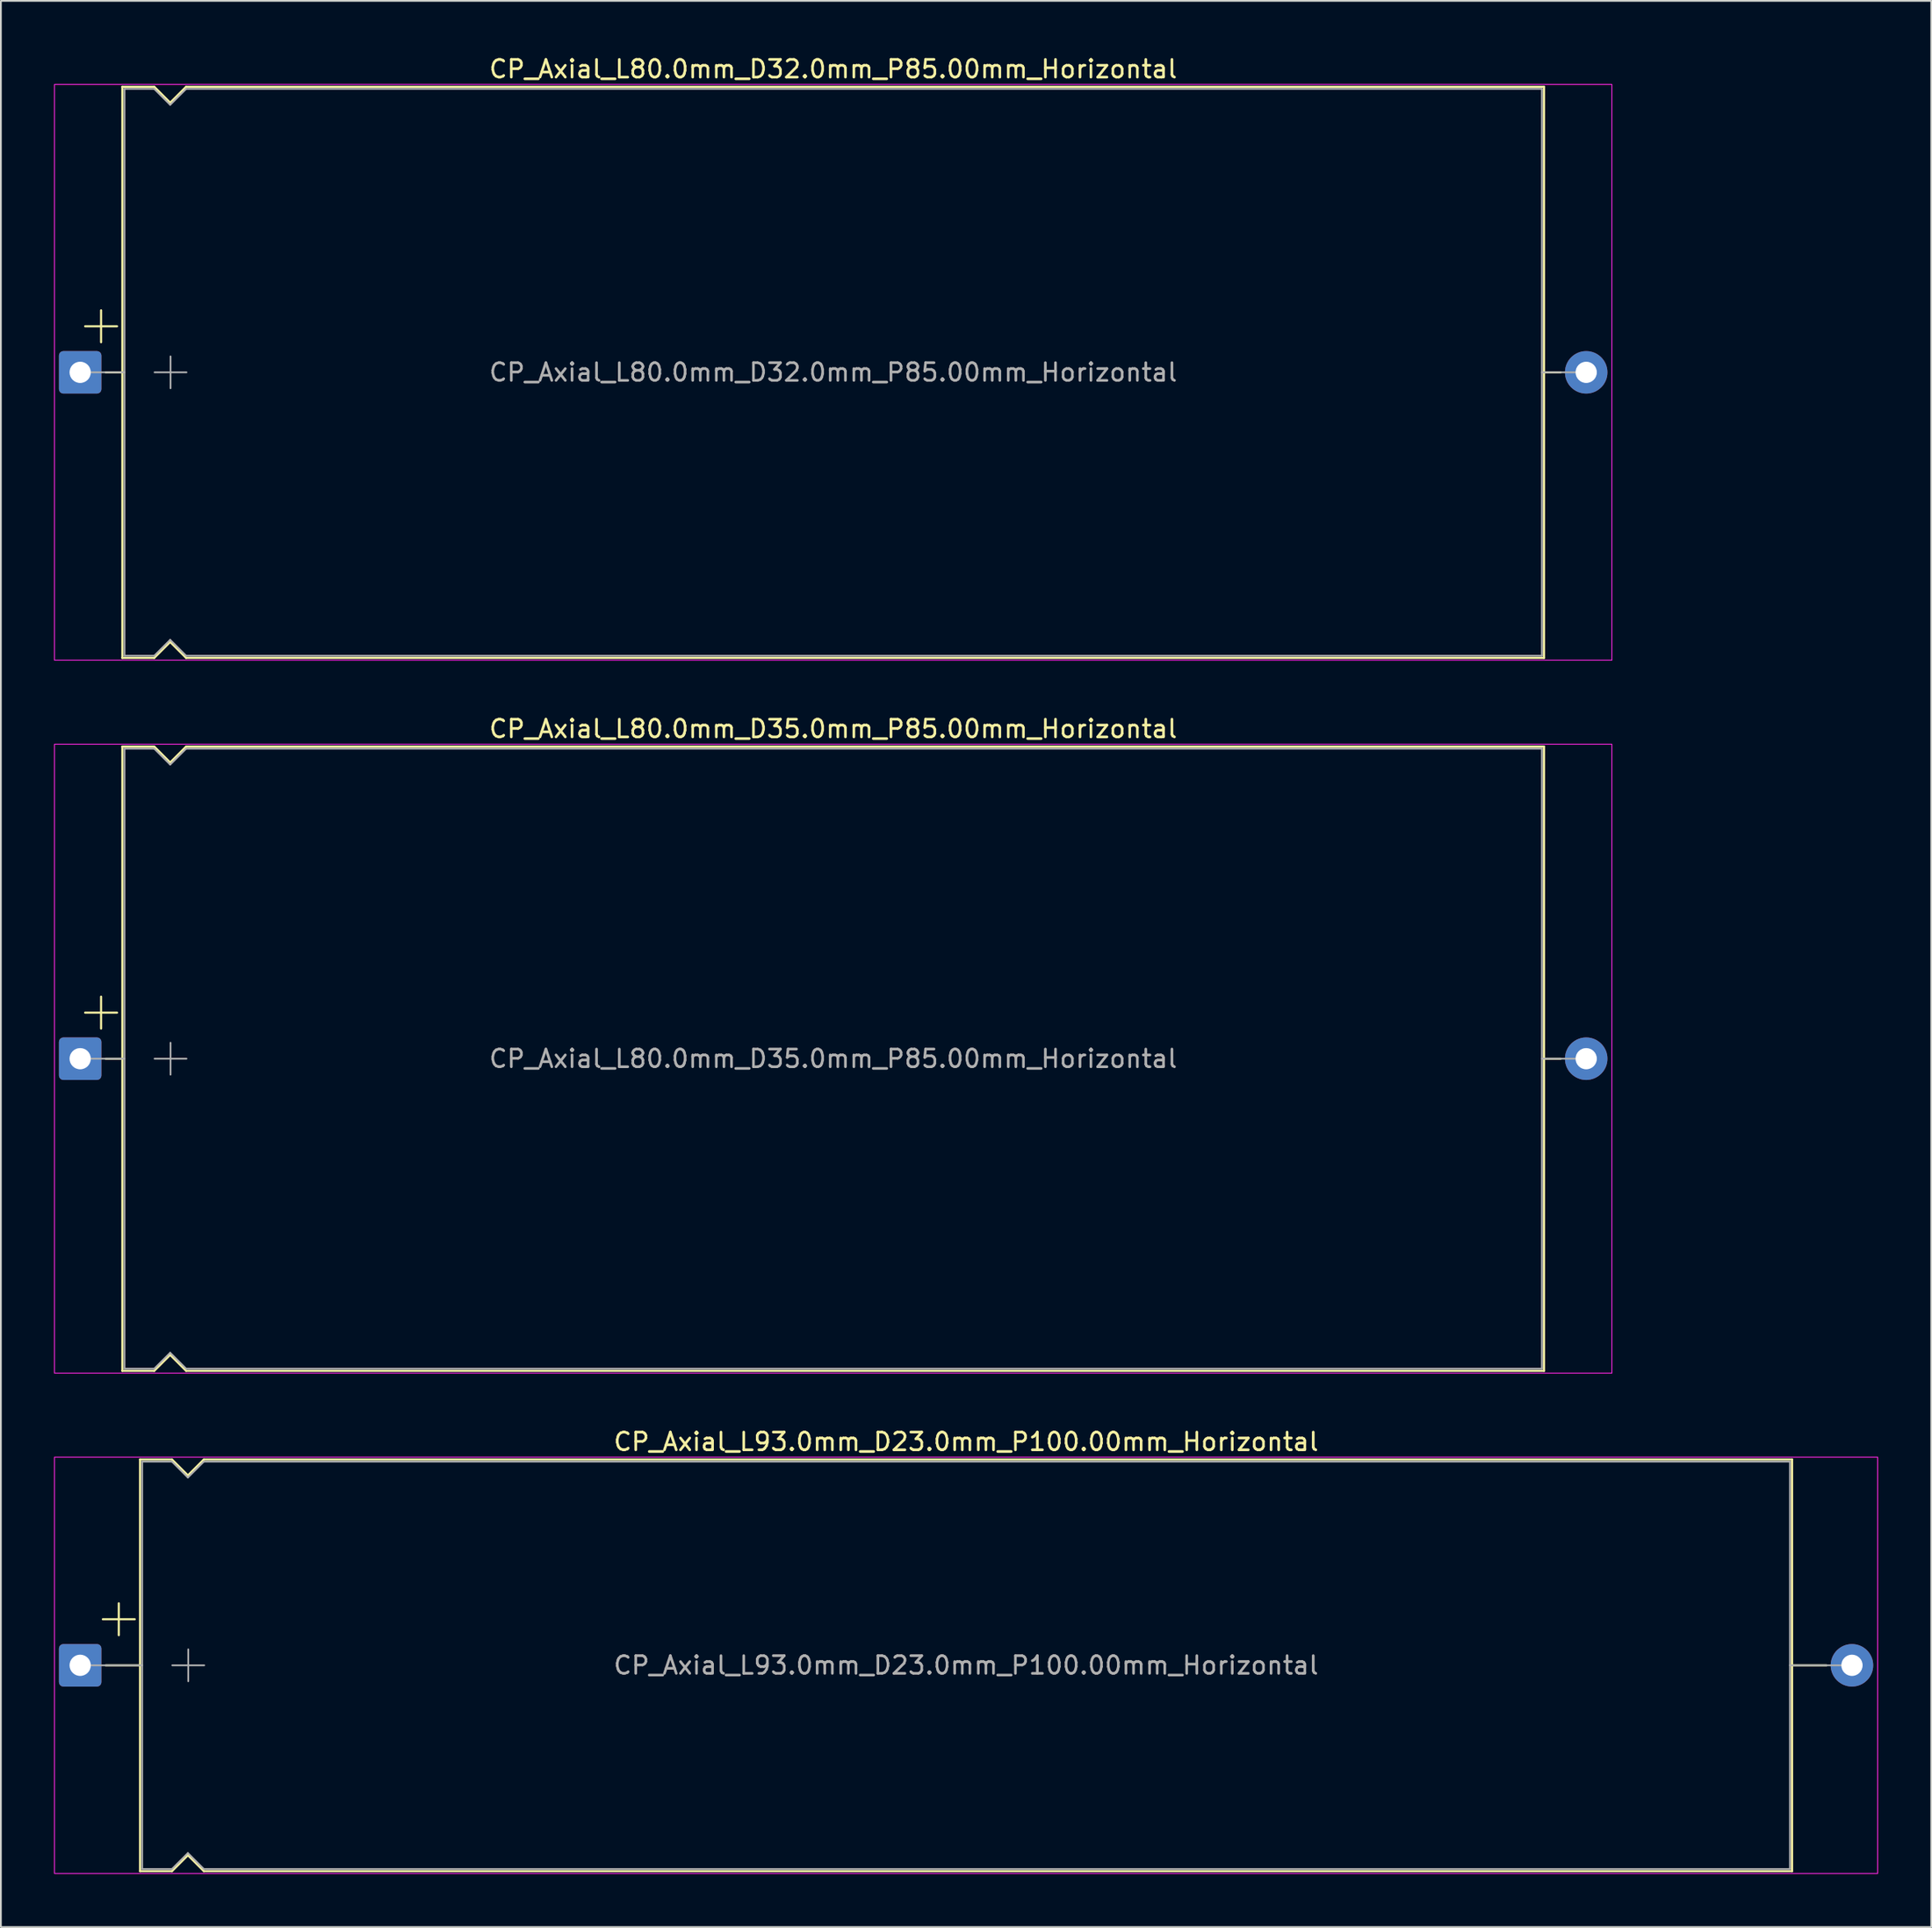
<source format=kicad_pcb>
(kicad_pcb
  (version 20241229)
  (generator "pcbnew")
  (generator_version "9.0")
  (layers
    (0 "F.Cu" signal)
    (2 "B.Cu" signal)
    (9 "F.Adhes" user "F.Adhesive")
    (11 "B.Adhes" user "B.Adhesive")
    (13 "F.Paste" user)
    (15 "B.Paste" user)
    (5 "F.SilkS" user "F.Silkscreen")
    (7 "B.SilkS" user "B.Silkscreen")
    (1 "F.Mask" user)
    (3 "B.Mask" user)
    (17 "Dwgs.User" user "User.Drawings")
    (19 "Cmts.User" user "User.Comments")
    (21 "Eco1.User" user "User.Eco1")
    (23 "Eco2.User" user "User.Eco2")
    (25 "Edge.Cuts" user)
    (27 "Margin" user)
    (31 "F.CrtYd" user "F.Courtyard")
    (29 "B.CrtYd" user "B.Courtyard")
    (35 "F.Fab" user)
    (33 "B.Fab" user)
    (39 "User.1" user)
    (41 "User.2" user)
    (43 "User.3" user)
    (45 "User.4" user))
  (footprint "CP_Axial_L80.0mm_D32.0mm_P85.00mm_Horizontal"
    (layer "F.Cu")
    (at 1.475 17.968)
    (property "Reference" "CP_Axial_L80.0mm_D32.0mm_P85.00mm_Horizontal" (at 42.5 -17.12 0) (layer "F.SilkS") (effects (font (size 1 1) (thickness 0.15))))
    (attr through_hole)
    (fp_line (start 0.28 -2.6) (end 2.08 -2.6) (stroke (width 0.12) (type solid)) (layer "F.SilkS"))
    (fp_line (start 1.18 -3.5) (end 1.18 -1.7) (stroke (width 0.12) (type solid)) (layer "F.SilkS"))
    (fp_line (start 1.44 0) (end 2.38 0) (stroke (width 0.12) (type solid)) (layer "F.SilkS"))
    (fp_line (start 2.38 -16.12) (end 2.38 16.12) (stroke (width 0.12) (type solid)) (layer "F.SilkS"))
    (fp_line (start 2.38 -16.12) (end 4.18 -16.12) (stroke (width 0.12) (type solid)) (layer "F.SilkS"))
    (fp_line (start 2.38 16.12) (end 4.18 16.12) (stroke (width 0.12) (type solid)) (layer "F.SilkS"))
    (fp_line (start 4.18 -16.12) (end 5.08 -15.22) (stroke (width 0.12) (type solid)) (layer "F.SilkS"))
    (fp_line (start 4.18 16.12) (end 5.08 15.22) (stroke (width 0.12) (type solid)) (layer "F.SilkS"))
    (fp_line (start 5.08 -15.22) (end 5.98 -16.12) (stroke (width 0.12) (type solid)) (layer "F.SilkS"))
    (fp_line (start 5.08 15.22) (end 5.98 16.12) (stroke (width 0.12) (type solid)) (layer "F.SilkS"))
    (fp_line (start 5.98 -16.12) (end 82.62 -16.12) (stroke (width 0.12) (type solid)) (layer "F.SilkS"))
    (fp_line (start 5.98 16.12) (end 82.62 16.12) (stroke (width 0.12) (type solid)) (layer "F.SilkS"))
    (fp_line (start 82.62 -16.12) (end 82.62 16.12) (stroke (width 0.12) (type solid)) (layer "F.SilkS"))
    (fp_line (start 83.56 0) (end 82.62 0) (stroke (width 0.12) (type solid)) (layer "F.SilkS"))
    (fp_rect (start -1.45 -16.25) (end 86.45 16.25) (stroke (width 0.05) (type solid)) (fill no) (layer "F.CrtYd"))
    (fp_line (start 0 0) (end 2.5 0) (stroke (width 0.1) (type solid)) (layer "F.Fab"))
    (fp_line (start 2.5 -16) (end 2.5 16) (stroke (width 0.1) (type solid)) (layer "F.Fab"))
    (fp_line (start 2.5 -16) (end 4.18 -16) (stroke (width 0.1) (type solid)) (layer "F.Fab"))
    (fp_line (start 2.5 16) (end 4.18 16) (stroke (width 0.1) (type solid)) (layer "F.Fab"))
    (fp_line (start 4.18 -16) (end 5.08 -15.1) (stroke (width 0.1) (type solid)) (layer "F.Fab"))
    (fp_line (start 4.18 16) (end 5.08 15.1) (stroke (width 0.1) (type solid)) (layer "F.Fab"))
    (fp_line (start 4.2 0) (end 6 0) (stroke (width 0.1) (type solid)) (layer "F.Fab"))
    (fp_line (start 5.08 -15.1) (end 5.98 -16) (stroke (width 0.1) (type solid)) (layer "F.Fab"))
    (fp_line (start 5.08 15.1) (end 5.98 16) (stroke (width 0.1) (type solid)) (layer "F.Fab"))
    (fp_line (start 5.1 -0.9) (end 5.1 0.9) (stroke (width 0.1) (type solid)) (layer "F.Fab"))
    (fp_line (start 5.98 -16) (end 82.5 -16) (stroke (width 0.1) (type solid)) (layer "F.Fab"))
    (fp_line (start 5.98 16) (end 82.5 16) (stroke (width 0.1) (type solid)) (layer "F.Fab"))
    (fp_line (start 82.5 -16) (end 82.5 16) (stroke (width 0.1) (type solid)) (layer "F.Fab"))
    (fp_line (start 85 0) (end 82.5 0) (stroke (width 0.1) (type solid)) (layer "F.Fab"))
    (fp_text user "${REFERENCE}" (at 42.5 0 0) (layer "F.Fab") (effects (font (size 1 1) (thickness 0.15))))
    (pad "1" thru_hole roundrect (at 0 0) (size 2.4 2.4) (drill 1.2) (layers "*.Cu" "*.Mask") (roundrect_rratio 0.104))
    (pad "2" thru_hole circle (at 85 0) (size 2.4 2.4) (drill 1.2) (layers "*.Cu" "*.Mask")))
  (footprint "CP_Axial_L80.0mm_D35.0mm_P85.00mm_Horizontal"
    (layer "F.Cu")
    (at 1.475 56.712)
    (property "Reference" "CP_Axial_L80.0mm_D35.0mm_P85.00mm_Horizontal" (at 42.5 -18.62 0) (layer "F.SilkS") (effects (font (size 1 1) (thickness 0.15))))
    (attr through_hole)
    (fp_line (start 0.28 -2.6) (end 2.08 -2.6) (stroke (width 0.12) (type solid)) (layer "F.SilkS"))
    (fp_line (start 1.18 -3.5) (end 1.18 -1.7) (stroke (width 0.12) (type solid)) (layer "F.SilkS"))
    (fp_line (start 1.44 0) (end 2.38 0) (stroke (width 0.12) (type solid)) (layer "F.SilkS"))
    (fp_line (start 2.38 -17.62) (end 2.38 17.62) (stroke (width 0.12) (type solid)) (layer "F.SilkS"))
    (fp_line (start 2.38 -17.62) (end 4.18 -17.62) (stroke (width 0.12) (type solid)) (layer "F.SilkS"))
    (fp_line (start 2.38 17.62) (end 4.18 17.62) (stroke (width 0.12) (type solid)) (layer "F.SilkS"))
    (fp_line (start 4.18 -17.62) (end 5.08 -16.72) (stroke (width 0.12) (type solid)) (layer "F.SilkS"))
    (fp_line (start 4.18 17.62) (end 5.08 16.72) (stroke (width 0.12) (type solid)) (layer "F.SilkS"))
    (fp_line (start 5.08 -16.72) (end 5.98 -17.62) (stroke (width 0.12) (type solid)) (layer "F.SilkS"))
    (fp_line (start 5.08 16.72) (end 5.98 17.62) (stroke (width 0.12) (type solid)) (layer "F.SilkS"))
    (fp_line (start 5.98 -17.62) (end 82.62 -17.62) (stroke (width 0.12) (type solid)) (layer "F.SilkS"))
    (fp_line (start 5.98 17.62) (end 82.62 17.62) (stroke (width 0.12) (type solid)) (layer "F.SilkS"))
    (fp_line (start 82.62 -17.62) (end 82.62 17.62) (stroke (width 0.12) (type solid)) (layer "F.SilkS"))
    (fp_line (start 83.56 0) (end 82.62 0) (stroke (width 0.12) (type solid)) (layer "F.SilkS"))
    (fp_rect (start -1.45 -17.75) (end 86.45 17.75) (stroke (width 0.05) (type solid)) (fill no) (layer "F.CrtYd"))
    (fp_line (start 0 0) (end 2.5 0) (stroke (width 0.1) (type solid)) (layer "F.Fab"))
    (fp_line (start 2.5 -17.5) (end 2.5 17.5) (stroke (width 0.1) (type solid)) (layer "F.Fab"))
    (fp_line (start 2.5 -17.5) (end 4.18 -17.5) (stroke (width 0.1) (type solid)) (layer "F.Fab"))
    (fp_line (start 2.5 17.5) (end 4.18 17.5) (stroke (width 0.1) (type solid)) (layer "F.Fab"))
    (fp_line (start 4.18 -17.5) (end 5.08 -16.6) (stroke (width 0.1) (type solid)) (layer "F.Fab"))
    (fp_line (start 4.18 17.5) (end 5.08 16.6) (stroke (width 0.1) (type solid)) (layer "F.Fab"))
    (fp_line (start 4.2 0) (end 6 0) (stroke (width 0.1) (type solid)) (layer "F.Fab"))
    (fp_line (start 5.08 -16.6) (end 5.98 -17.5) (stroke (width 0.1) (type solid)) (layer "F.Fab"))
    (fp_line (start 5.08 16.6) (end 5.98 17.5) (stroke (width 0.1) (type solid)) (layer "F.Fab"))
    (fp_line (start 5.1 -0.9) (end 5.1 0.9) (stroke (width 0.1) (type solid)) (layer "F.Fab"))
    (fp_line (start 5.98 -17.5) (end 82.5 -17.5) (stroke (width 0.1) (type solid)) (layer "F.Fab"))
    (fp_line (start 5.98 17.5) (end 82.5 17.5) (stroke (width 0.1) (type solid)) (layer "F.Fab"))
    (fp_line (start 82.5 -17.5) (end 82.5 17.5) (stroke (width 0.1) (type solid)) (layer "F.Fab"))
    (fp_line (start 85 0) (end 82.5 0) (stroke (width 0.1) (type solid)) (layer "F.Fab"))
    (fp_text user "${REFERENCE}" (at 42.5 0 0) (layer "F.Fab") (effects (font (size 1 1) (thickness 0.15))))
    (pad "1" thru_hole roundrect (at 0 0) (size 2.4 2.4) (drill 1.2) (layers "*.Cu" "*.Mask") (roundrect_rratio 0.104))
    (pad "2" thru_hole circle (at 85 0) (size 2.4 2.4) (drill 1.2) (layers "*.Cu" "*.Mask")))
  (footprint "CP_Axial_L93.0mm_D23.0mm_P100.00mm_Horizontal"
    (layer "F.Cu")
    (at 1.475 90.955)
    (property "Reference" "CP_Axial_L93.0mm_D23.0mm_P100.00mm_Horizontal" (at 50 -12.62 0) (layer "F.SilkS") (effects (font (size 1 1) (thickness 0.15))))
    (attr through_hole)
    (fp_line (start 1.28 -2.6) (end 3.08 -2.6) (stroke (width 0.12) (type solid)) (layer "F.SilkS"))
    (fp_line (start 1.44 0) (end 3.38 0) (stroke (width 0.12) (type solid)) (layer "F.SilkS"))
    (fp_line (start 2.18 -3.5) (end 2.18 -1.7) (stroke (width 0.12) (type solid)) (layer "F.SilkS"))
    (fp_line (start 3.38 -11.62) (end 3.38 11.62) (stroke (width 0.12) (type solid)) (layer "F.SilkS"))
    (fp_line (start 3.38 -11.62) (end 5.18 -11.62) (stroke (width 0.12) (type solid)) (layer "F.SilkS"))
    (fp_line (start 3.38 11.62) (end 5.18 11.62) (stroke (width 0.12) (type solid)) (layer "F.SilkS"))
    (fp_line (start 5.18 -11.62) (end 6.08 -10.72) (stroke (width 0.12) (type solid)) (layer "F.SilkS"))
    (fp_line (start 5.18 11.62) (end 6.08 10.72) (stroke (width 0.12) (type solid)) (layer "F.SilkS"))
    (fp_line (start 6.08 -10.72) (end 6.98 -11.62) (stroke (width 0.12) (type solid)) (layer "F.SilkS"))
    (fp_line (start 6.08 10.72) (end 6.98 11.62) (stroke (width 0.12) (type solid)) (layer "F.SilkS"))
    (fp_line (start 6.98 -11.62) (end 96.62 -11.62) (stroke (width 0.12) (type solid)) (layer "F.SilkS"))
    (fp_line (start 6.98 11.62) (end 96.62 11.62) (stroke (width 0.12) (type solid)) (layer "F.SilkS"))
    (fp_line (start 96.62 -11.62) (end 96.62 11.62) (stroke (width 0.12) (type solid)) (layer "F.SilkS"))
    (fp_line (start 98.56 0) (end 96.62 0) (stroke (width 0.12) (type solid)) (layer "F.SilkS"))
    (fp_rect (start -1.45 -11.75) (end 101.45 11.75) (stroke (width 0.05) (type solid)) (fill no) (layer "F.CrtYd"))
    (fp_line (start 0 0) (end 3.5 0) (stroke (width 0.1) (type solid)) (layer "F.Fab"))
    (fp_line (start 3.5 -11.5) (end 3.5 11.5) (stroke (width 0.1) (type solid)) (layer "F.Fab"))
    (fp_line (start 3.5 -11.5) (end 5.18 -11.5) (stroke (width 0.1) (type solid)) (layer "F.Fab"))
    (fp_line (start 3.5 11.5) (end 5.18 11.5) (stroke (width 0.1) (type solid)) (layer "F.Fab"))
    (fp_line (start 5.18 -11.5) (end 6.08 -10.6) (stroke (width 0.1) (type solid)) (layer "F.Fab"))
    (fp_line (start 5.18 11.5) (end 6.08 10.6) (stroke (width 0.1) (type solid)) (layer "F.Fab"))
    (fp_line (start 5.2 0) (end 7 0) (stroke (width 0.1) (type solid)) (layer "F.Fab"))
    (fp_line (start 6.08 -10.6) (end 6.98 -11.5) (stroke (width 0.1) (type solid)) (layer "F.Fab"))
    (fp_line (start 6.08 10.6) (end 6.98 11.5) (stroke (width 0.1) (type solid)) (layer "F.Fab"))
    (fp_line (start 6.1 -0.9) (end 6.1 0.9) (stroke (width 0.1) (type solid)) (layer "F.Fab"))
    (fp_line (start 6.98 -11.5) (end 96.5 -11.5) (stroke (width 0.1) (type solid)) (layer "F.Fab"))
    (fp_line (start 6.98 11.5) (end 96.5 11.5) (stroke (width 0.1) (type solid)) (layer "F.Fab"))
    (fp_line (start 96.5 -11.5) (end 96.5 11.5) (stroke (width 0.1) (type solid)) (layer "F.Fab"))
    (fp_line (start 100 0) (end 96.5 0) (stroke (width 0.1) (type solid)) (layer "F.Fab"))
    (fp_text user "${REFERENCE}" (at 50 0 0) (layer "F.Fab") (effects (font (size 1 1) (thickness 0.15))))
    (pad "1" thru_hole roundrect (at 0 0) (size 2.4 2.4) (drill 1.2) (layers "*.Cu" "*.Mask") (roundrect_rratio 0.104))
    (pad "2" thru_hole circle (at 100 0) (size 2.4 2.4) (drill 1.2) (layers "*.Cu" "*.Mask")))
  (gr_rect
    (start -3 -3)
    (end 105.95 105.73)
    (stroke (width 0.1) (type default))
    (fill no)
    (layer "Edge.Cuts")))
</source>
